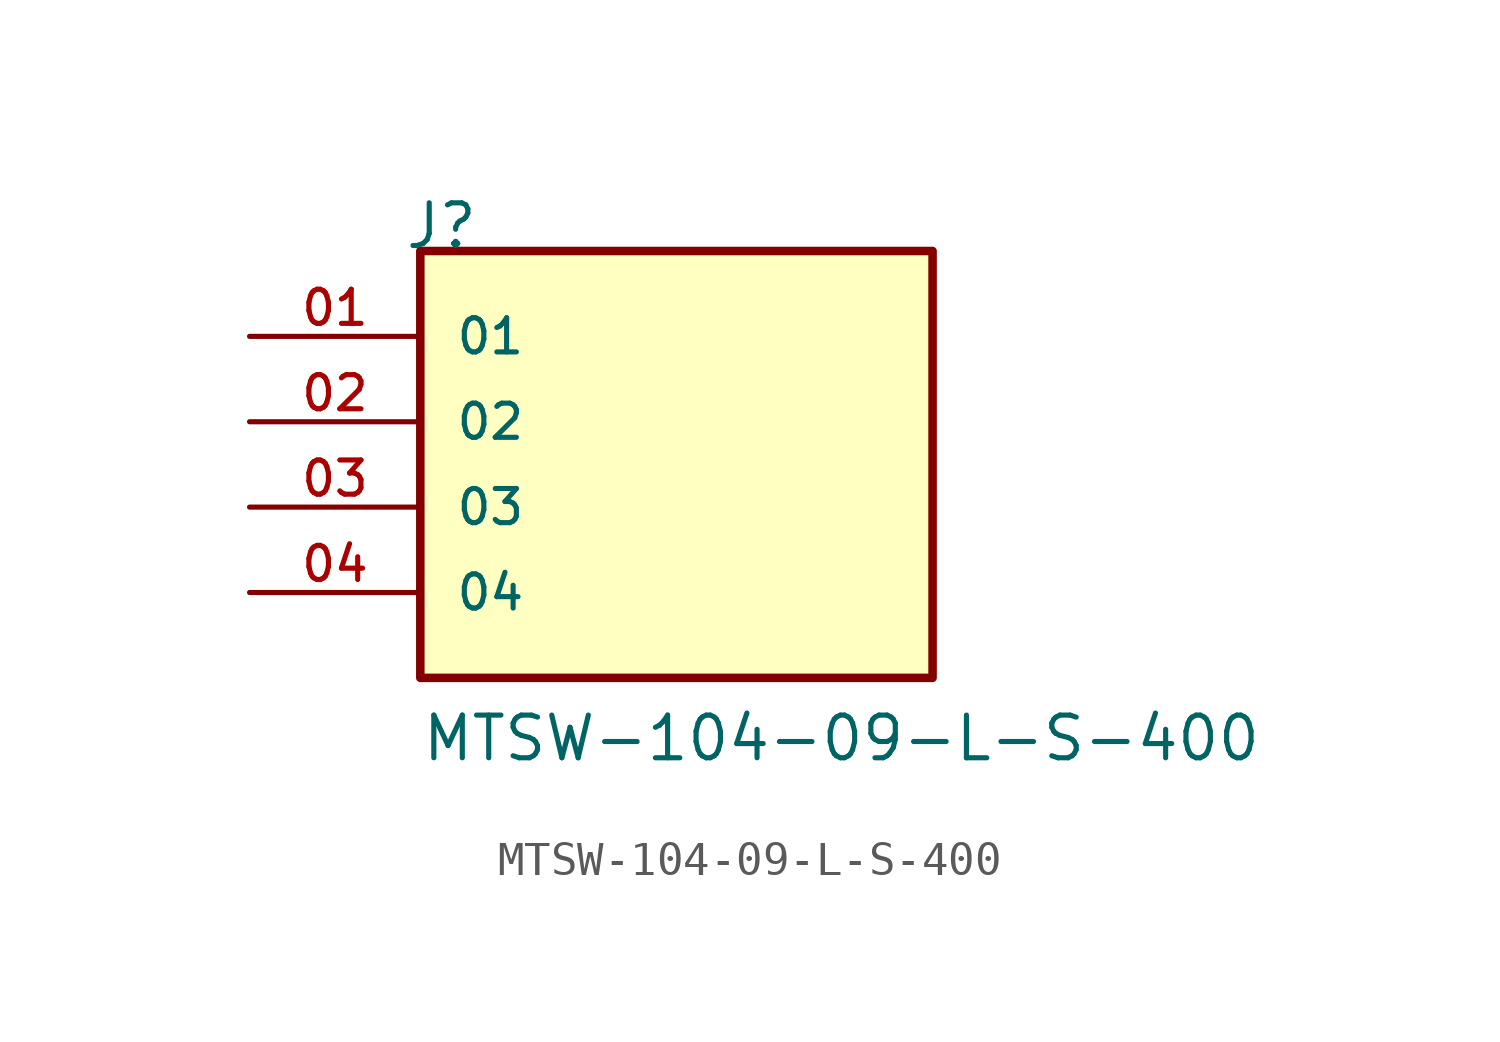
<source format=kicad_sym>
(kicad_symbol_lib
  (version 20211014)
  (generator kicad_symbol_editor)
  (symbol "MTSW-104-09-L-S-400"
    (pin_names
      (offset 1.016))
    (property "Reference" "J"
      (at -8.12 7.62 0)
      (effects (font (size 1.27 1.27)) (justify bottom left)))
    (property "Value" "MTSW-104-09-L-S-400"
      (at -7.62 -7.62 0)
      (effects (font (size 1.27 1.27)) (justify bottom left)))
    (symbol "MTSW-104-09-L-S-400_0_0"
      (rectangle (start -7.62 -5.08) (end 7.62 7.62) (stroke (width 0.254)) (fill (type background)))
      (pin passive line (at -12.7 5.08 0) (length 5.08) (name "01" (effects (font (size 1.016 1.016)))) (number "01" (effects (font (size 1.016 1.016)))))
      (pin passive line (at -12.7 2.54 0) (length 5.08) (name "02" (effects (font (size 1.016 1.016)))) (number "02" (effects (font (size 1.016 1.016)))))
      (pin passive line (at -12.7 0.0 0) (length 5.08) (name "03" (effects (font (size 1.016 1.016)))) (number "03" (effects (font (size 1.016 1.016)))))
      (pin passive line (at -12.7 -2.54 0) (length 5.08) (name "04" (effects (font (size 1.016 1.016)))) (number "04" (effects (font (size 1.016 1.016))))))))
</source>
